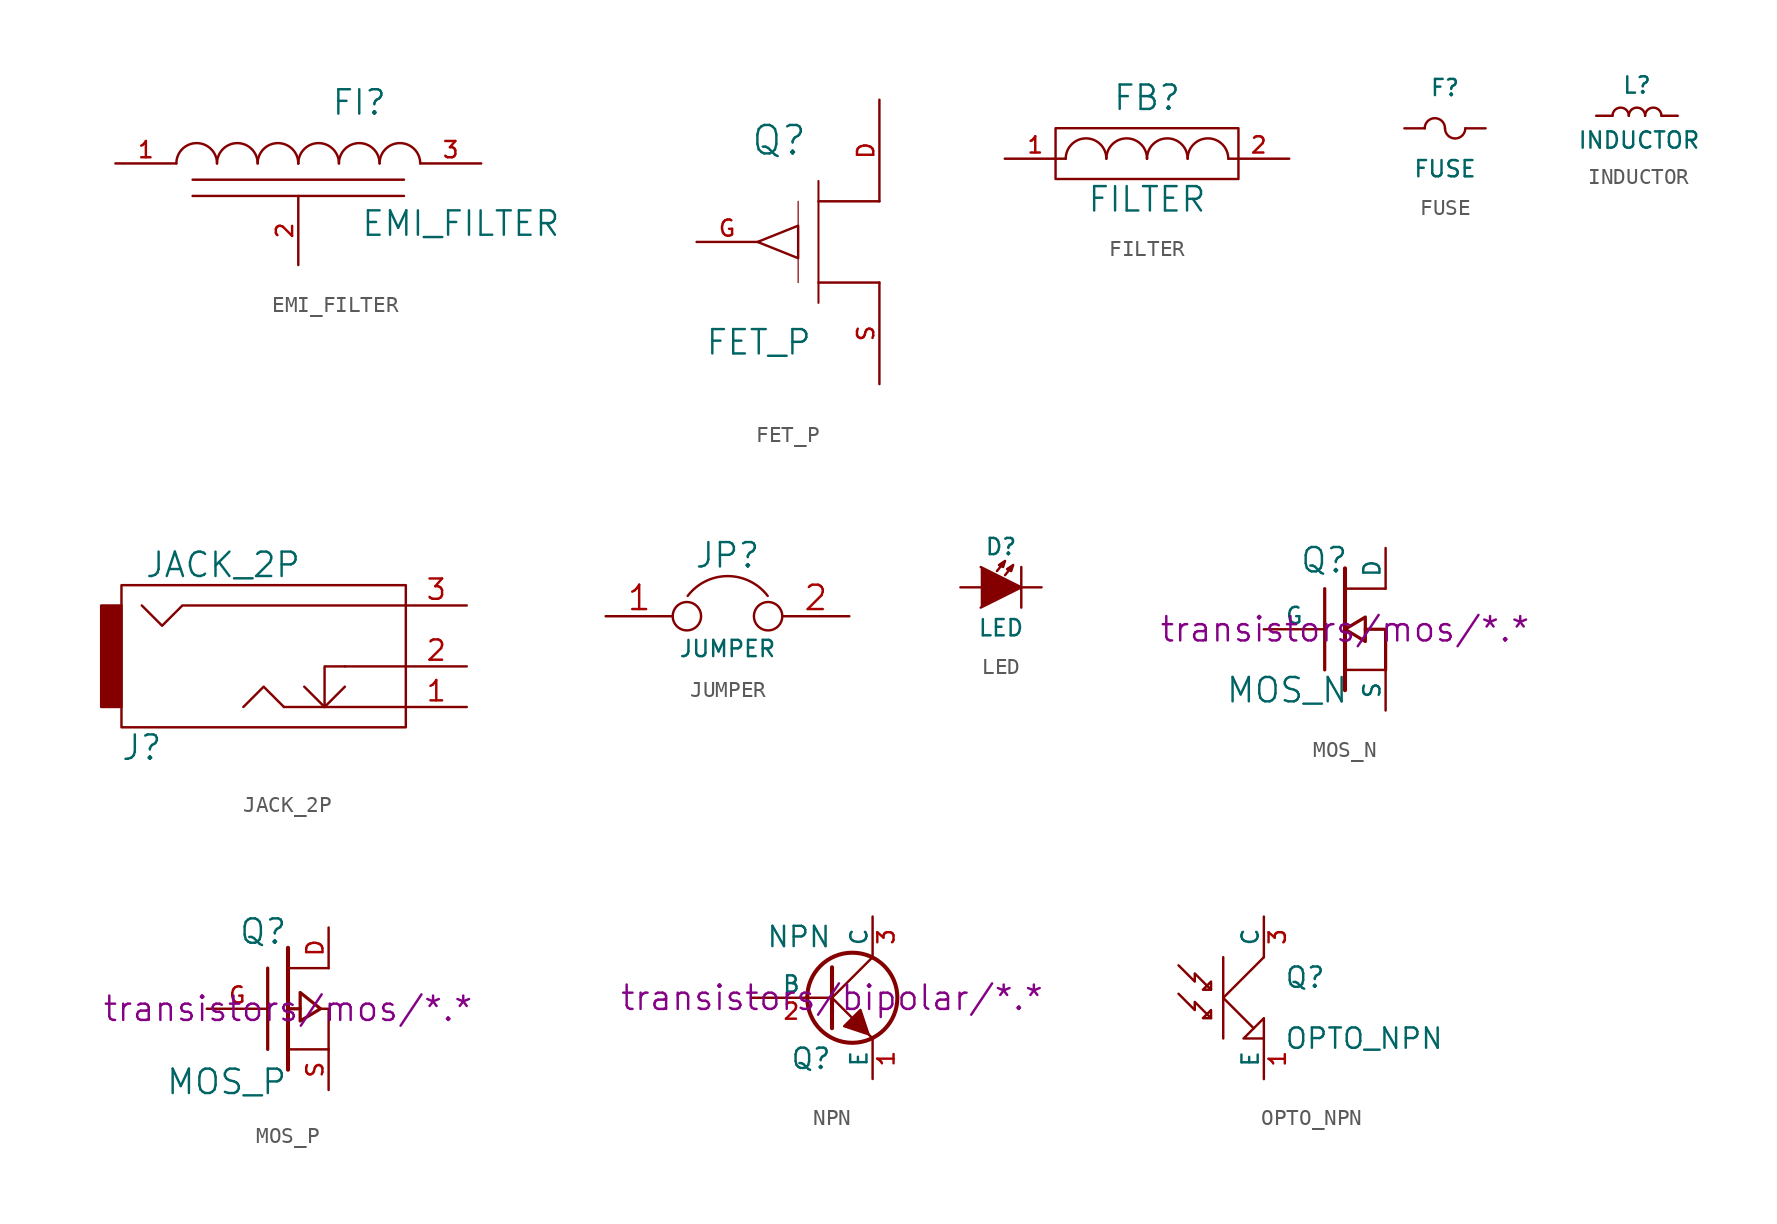
<source format=kicad_sym>
(kicad_symbol_lib
  (version 20231120)
  (generator "kicad_symbol_editor")
  (generator_version "8.0")
  (symbol "EMI_FILTER"
    (pin_names
      (offset 1.016) hide)
    (property "Reference" "FI"
      (at 3.81 3.81 0)
      (effects (font (size 1.524 1.524))))
    (property "Value" "EMI_FILTER"
      (at 10.16 -3.759 0)
      (effects (font (size 1.524 1.524))))
    (property "Footprint" ""
      (at 0 0 0)
      (effects (font (size 1.524 1.524))))
    (property "Datasheet" ""
      (at 0 0 0)
      (effects (font (size 1.524 1.524))))
    (symbol "EMI_FILTER_0_1"
      (arc (start -5.08 0) (mid -6.35 1.27) (end -7.62 0) (stroke (width 0) (type solid)) (fill (type none)))
      (arc (start -2.54 0) (mid -3.81 1.27) (end -5.08 0) (stroke (width 0) (type solid)) (fill (type none)))
      (arc (start 0 0) (mid -1.27 1.27) (end -2.54 0) (stroke (width 0) (type solid)) (fill (type none)))
      (arc (start 0 0) (mid 0 0) (end 0 0) (stroke (width 0) (type solid)) (fill (type none)))
      (polyline (pts (xy -6.604 -2.032) (xy 6.604 -2.032) (xy 6.604 -2.032)) (stroke (width 0) (type solid)) (fill (type none)))
      (polyline (pts (xy -6.604 -1.016) (xy 6.604 -1.016) (xy 6.604 -1.016) (xy 6.604 -1.016) (xy 6.604 -1.016)) (stroke (width 0) (type solid)) (fill (type none)))
      (arc (start 2.54 0) (mid 1.27 1.27) (end 0 0) (stroke (width 0) (type solid)) (fill (type none)))
      (arc (start 5.08 0) (mid 3.81 1.27) (end 2.54 0) (stroke (width 0) (type solid)) (fill (type none)))
      (arc (start 7.62 0) (mid 6.35 1.27) (end 5.08 0) (stroke (width 0) (type solid)) (fill (type none))))
    (symbol "EMI_FILTER_1_1"
      (pin passive line (at -11.43 0 0) (length 3.81) (name "VI" (effects (font (size 1.016 1.016)))) (number "1" (effects (font (size 1.016 1.016)))))
      (pin passive line (at 0 -6.35 90) (length 4.318) (name "GND" (effects (font (size 1.016 1.016)))) (number "2" (effects (font (size 1.016 1.016)))))
      (pin passive line (at 11.43 0 180) (length 3.81) (name "VO" (effects (font (size 1.016 1.016)))) (number "3" (effects (font (size 1.016 1.016)))))))
  (symbol "FET_P"
    (pin_names
      (offset 1.016) hide)
    (property "Reference" "Q"
      (at -2.464 6.35 0)
      (effects (font (size 1.778 1.778))))
    (property "Value" "FET_P"
      (at -3.734 -6.274 0)
      (effects (font (size 1.524 1.524))))
    (property "Footprint" ""
      (at 0 0 0)
      (effects (font (size 1.524 1.524))))
    (property "Datasheet" ""
      (at 0 0 0)
      (effects (font (size 1.524 1.524))))
    (symbol "FET_P_0_1"
      (polyline (pts (xy 0 -3.81) (xy 0 3.81)) (stroke (width 0.127) (type solid)) (fill (type none)))
      (polyline (pts (xy 0 -2.54) (xy 3.81 -2.54)) (stroke (width 0) (type solid)) (fill (type none)))
      (polyline (pts (xy 0 2.54) (xy 3.81 2.54)) (stroke (width 0) (type solid)) (fill (type none)))
      (polyline (pts (xy -1.27 2.54) (xy -1.27 -2.54) (xy -1.27 -2.54)) (stroke (width 0.076) (type solid)) (fill (type none)))
      (polyline (pts (xy -1.27 -1.016) (xy -3.81 0) (xy -1.27 1.016) (xy -1.27 -1.016) (xy -1.27 -1.016)) (stroke (width 0) (type solid)) (fill (type none))))
    (symbol "FET_P_1_1"
      (pin passive line (at 3.81 8.89 270) (length 6.35) (name "D" (effects (font (size 1.016 1.016)))) (number "D" (effects (font (size 1.016 1.016)))))
      (pin input line (at -7.62 0 0) (length 3.81) (name "G" (effects (font (size 1.016 1.016)))) (number "G" (effects (font (size 1.016 1.016)))))
      (pin passive line (at 3.81 -8.89 90) (length 6.35) (name "S" (effects (font (size 1.016 1.016)))) (number "S" (effects (font (size 1.016 1.016)))))))
  (symbol "FILTER"
    (pin_names
      (offset 1.016) hide)
    (property "Reference" "FB"
      (at 0 3.81 0)
      (effects (font (size 1.524 1.524))))
    (property "Value" "FILTER"
      (at 0 -2.54 0)
      (effects (font (size 1.524 1.524))))
    (property "Footprint" ""
      (at 0 0 0)
      (effects (font (size 1.524 1.524))))
    (property "Datasheet" ""
      (at 0 0 0)
      (effects (font (size 1.524 1.524))))
    (symbol "FILTER_0_1"
      (rectangle (start -5.715 1.905) (end 5.715 -1.27) (stroke (width 0) (type solid)) (fill (type none)))
      (arc (start -2.54 0) (mid -3.81 1.27) (end -5.08 0) (stroke (width 0) (type solid)) (fill (type none)))
      (arc (start 0 0) (mid -1.27 1.27) (end -2.54 0) (stroke (width 0) (type solid)) (fill (type none)))
      (arc (start 0 0) (mid 0 0) (end 0 0) (stroke (width 0) (type solid)) (fill (type none)))
      (arc (start 2.54 0) (mid 1.27 1.27) (end 0 0) (stroke (width 0) (type solid)) (fill (type none)))
      (arc (start 5.08 0) (mid 3.81 1.27) (end 2.54 0) (stroke (width 0) (type solid)) (fill (type none))))
    (symbol "FILTER_1_1"
      (pin passive line (at -8.89 0 0) (length 3.81) (name "1" (effects (font (size 1.016 1.016)))) (number "1" (effects (font (size 1.016 1.016)))))
      (pin passive line (at 8.89 0 180) (length 3.81) (name "2" (effects (font (size 1.016 1.016)))) (number "2" (effects (font (size 1.016 1.016)))))))
  (symbol "FUSE"
    (pin_numbers hide)
    (pin_names
      (offset 0.254))
    (property "Reference" "F"
      (at 0 2.54 0)
      (effects (font (size 1.016 1.016))))
    (property "Value" "FUSE"
      (at 0 -2.54 0)
      (effects (font (size 1.016 1.016))))
    (property "Footprint" ""
      (at 0 0 0)
      (effects (font (size 1.524 1.524))))
    (property "Datasheet" ""
      (at 0 0 0)
      (effects (font (size 1.524 1.524))))
    (symbol "FUSE_0_1"
      (arc (start 0 0) (mid -0.635 0.635) (end -1.27 0) (stroke (width 0) (type solid)) (fill (type none)))
      (arc (start 0 0) (mid 0.635 -0.635) (end 1.27 0) (stroke (width 0) (type solid)) (fill (type none))))
    (symbol "FUSE_1_1"
      (pin input line (at -2.54 0 0) (length 1.27) (name "~" (effects (font (size 1.016 1.016)))) (number "1" (effects (font (size 1.016 1.016)))))
      (pin input line (at 2.54 0 180) (length 1.27) (name "~" (effects (font (size 1.016 1.016)))) (number "2" (effects (font (size 1.016 1.016)))))))
  (symbol "INDUCTOR"
    (pin_numbers hide)
    (pin_names
      (offset 1.016) hide)
    (property "Reference" "L"
      (at 0 1.905 0)
      (effects (font (size 1.016 1.016))))
    (property "Value" "INDUCTOR"
      (at 0.127 -1.524 0)
      (effects (font (size 1.016 1.016))))
    (property "Footprint" ""
      (at 0 0 0)
      (effects (font (size 1.524 1.524))))
    (property "Datasheet" ""
      (at 0 0 0)
      (effects (font (size 1.524 1.524))))
    (symbol "INDUCTOR_0_1"
      (arc (start -0.508 0) (mid -1.016 0.508) (end -1.524 0) (stroke (width 0) (type solid)) (fill (type none)))
      (arc (start 0.508 0) (mid 0 0.508) (end -0.508 0) (stroke (width 0) (type solid)) (fill (type none)))
      (arc (start 1.524 0) (mid 1.016 0.508) (end 0.508 0) (stroke (width 0) (type solid)) (fill (type none))))
    (symbol "INDUCTOR_1_1"
      (pin passive line (at -2.54 0 0) (length 1.016) (name "1" (effects (font (size 1.778 1.778)))) (number "1" (effects (font (size 1.778 1.778)))))
      (pin passive line (at 2.54 0 180) (length 1.016) (name "2" (effects (font (size 1.778 1.778)))) (number "2" (effects (font (size 1.778 1.778)))))))
  (symbol "JACK_2P"
    (pin_names
      (offset 1.016))
    (property "Reference" "J"
      (at -8.89 -5.08 0)
      (effects (font (size 1.524 1.524))))
    (property "Value" "JACK_2P"
      (at -3.81 6.35 0)
      (effects (font (size 1.524 1.524))))
    (property "Footprint" ""
      (at 0 0 0)
      (effects (font (size 1.524 1.524))))
    (property "Datasheet" ""
      (at 0 0 0)
      (effects (font (size 1.524 1.524))))
    (symbol "JACK_2P_0_1"
      (rectangle (start -11.43 3.81) (end -10.16 -2.54) (stroke (width 0) (type solid)) (fill (type outline)))
      (polyline (pts (xy 3.81 0) (xy 7.62 0) (xy 7.62 0)) (stroke (width 0) (type solid)) (fill (type none)))
      (polyline (pts (xy 0 -2.54) (xy -1.27 -1.27) (xy -2.54 -2.54) (xy -2.54 -2.54)) (stroke (width 0) (type solid)) (fill (type none)))
      (polyline (pts (xy 0 -2.54) (xy 7.62 -2.54) (xy 7.62 -2.54) (xy 7.62 -2.54)) (stroke (width 0) (type solid)) (fill (type none)))
      (polyline (pts (xy 1.27 -1.27) (xy 2.54 -2.54) (xy 3.81 -1.27) (xy 3.81 -1.27)) (stroke (width 0) (type solid)) (fill (type none)))
      (polyline (pts (xy 3.81 0) (xy 2.54 0) (xy 2.54 -2.54) (xy 2.54 -2.54)) (stroke (width 0) (type solid)) (fill (type none)))
      (polyline (pts (xy 7.62 3.81) (xy -6.35 3.81) (xy -7.62 2.54) (xy -8.89 3.81) (xy -8.89 3.81)) (stroke (width 0) (type solid)) (fill (type none)))
      (rectangle (start 7.62 -3.81) (end -10.16 5.08) (stroke (width 0) (type solid)) (fill (type none))))
    (symbol "JACK_2P_1_1"
      (pin passive line (at 11.43 -2.54 180) (length 3.81) (name "~" (effects (font (size 1.27 1.27)))) (number "1" (effects (font (size 1.27 1.27)))))
      (pin passive line (at 11.43 0 180) (length 3.81) (name "~" (effects (font (size 1.27 1.27)))) (number "2" (effects (font (size 1.27 1.27)))))
      (pin passive line (at 11.43 3.81 180) (length 3.81) (name "~" (effects (font (size 1.27 1.27)))) (number "3" (effects (font (size 1.27 1.27)))))))
  (symbol "JUMPER"
    (pin_names
      (offset 0.762) hide)
    (property "Reference" "JP"
      (at 0 3.81 0)
      (effects (font (size 1.524 1.524))))
    (property "Value" "JUMPER"
      (at 0 -2.032 0)
      (effects (font (size 1.016 1.016))))
    (property "Footprint" ""
      (at 0 0 0)
      (effects (font (size 1.524 1.524))))
    (property "Datasheet" ""
      (at 0 0 0)
      (effects (font (size 1.524 1.524))))
    (symbol "JUMPER_0_1"
      (circle (center -2.54 0) (radius 0.889) (stroke (width 0) (type solid)) (fill (type none)))
      (arc (start 2.5146 1.27) (mid 0.0078 2.5097) (end -2.4892 1.27) (stroke (width 0) (type solid)) (fill (type none)))
      (circle (center 2.54 0) (radius 0.889) (stroke (width 0) (type solid)) (fill (type none)))
      (pin passive line (at -7.62 0 0) (length 4.191) (name "1" (effects (font (size 1.524 1.524)))) (number "1" (effects (font (size 1.524 1.524)))))
      (pin passive line (at 7.62 0 180) (length 4.191) (name "2" (effects (font (size 1.524 1.524)))) (number "2" (effects (font (size 1.524 1.524)))))))
  (symbol "LED"
    (pin_numbers hide)
    (pin_names
      (offset 1.016) hide)
    (property "Reference" "D"
      (at 0 2.54 0)
      (effects (font (size 1.016 1.016))))
    (property "Value" "LED"
      (at 0 -2.54 0)
      (effects (font (size 1.016 1.016))))
    (property "Footprint" ""
      (at 0 0 0)
      (effects (font (size 1.524 1.524))))
    (property "Datasheet" ""
      (at 0 0 0)
      (effects (font (size 1.524 1.524))))
    (symbol "LED_0_1"
      (polyline (pts (xy 1.27 1.27) (xy 1.27 -1.27)) (stroke (width 0) (type solid)) (fill (type none)))
      (polyline (pts (xy -1.27 1.27) (xy 1.27 0) (xy -1.27 -1.27)) (stroke (width 0) (type solid)) (fill (type outline)))
      (polyline (pts (xy -0.254 1.016) (xy 0.254 1.651) (xy 0.127 1.27) (xy -0.127 1.397) (xy 0.254 1.651)) (stroke (width 0) (type solid)) (fill (type none)))
      (polyline (pts (xy 0.254 0.762) (xy 0.762 1.397) (xy 0.381 1.143) (xy 0.635 1.016) (xy 0.762 1.397)) (stroke (width 0) (type solid)) (fill (type none))))
    (symbol "LED_1_1"
      (pin passive line (at -2.54 0 0) (length 1.27) (name "A" (effects (font (size 1.016 1.016)))) (number "1" (effects (font (size 1.016 1.016)))))
      (pin passive line (at 2.54 0 180) (length 1.27) (name "K" (effects (font (size 1.016 1.016)))) (number "2" (effects (font (size 1.016 1.016)))))))
  (symbol "MOS_N"
    (pin_numbers hide)
    (pin_names
      (offset 0))
    (property "Reference" "Q"
      (at 0.254 4.318 0)
      (effects (font (size 1.524 1.524)) (justify right)))
    (property "Value" "MOS_N"
      (at 0.254 -3.81 0)
      (effects (font (size 1.524 1.524)) (justify right)))
    (property "Footprint" ""
      (at 0 0 0)
      (effects (font (size 1.524 1.524))))
    (property "Datasheet" "transistors/mos/*.*"
      (at 0 0 0)
      (effects (font (size 1.524 1.524))))
    (symbol "MOS_N_0_1"
      (polyline (pts (xy -1.27 -2.54) (xy -1.27 2.54)) (stroke (width 0.203) (type solid)) (fill (type none)))
      (polyline (pts (xy 0 -3.81) (xy 0 3.81)) (stroke (width 0.254) (type solid)) (fill (type none)))
      (polyline (pts (xy 2.54 -2.54) (xy 0 -2.54)) (stroke (width 0) (type solid)) (fill (type none)))
      (polyline (pts (xy 2.54 2.54) (xy 0 2.54)) (stroke (width 0) (type solid)) (fill (type none)))
      (polyline (pts (xy 2.54 -2.54) (xy 2.54 0) (xy 1.27 0)) (stroke (width 0.203) (type solid)) (fill (type none)))
      (polyline (pts (xy 1.27 0.762) (xy 1.27 -0.762) (xy 0 0) (xy 1.27 0.762) (xy 1.27 0.762)) (stroke (width 0.203) (type solid)) (fill (type none))))
    (symbol "MOS_N_1_1"
      (pin passive line (at 2.54 5.08 270) (length 2.54) (name "D" (effects (font (size 1.016 1.016)))) (number "D" (effects (font (size 1.016 1.016)))))
      (pin input line (at -5.08 0 0) (length 3.81) (name "G" (effects (font (size 1.016 1.016)))) (number "G" (effects (font (size 1.016 1.016)))))
      (pin passive line (at 2.54 -5.08 90) (length 2.54) (name "S" (effects (font (size 1.016 1.016)))) (number "S" (effects (font (size 1.016 1.016)))))))
  (symbol "MOS_P"
    (pin_names
      (offset 1.016) hide)
    (property "Reference" "Q"
      (at 0 4.826 0)
      (effects (font (size 1.524 1.524)) (justify right)))
    (property "Value" "MOS_P"
      (at 0 -4.572 0)
      (effects (font (size 1.524 1.524)) (justify right)))
    (property "Footprint" ""
      (at 0 0 0)
      (effects (font (size 1.524 1.524))))
    (property "Datasheet" "transistors/mos/*.*"
      (at 0 0 0)
      (effects (font (size 1.524 1.524))))
    (symbol "MOS_P_0_1"
      (polyline (pts (xy -1.27 -2.54) (xy -1.27 2.54)) (stroke (width 0.203) (type solid)) (fill (type none)))
      (polyline (pts (xy 0 -3.81) (xy 0 3.81)) (stroke (width 0.254) (type solid)) (fill (type none)))
      (polyline (pts (xy 0.762 0) (xy 0 0)) (stroke (width 0.203) (type solid)) (fill (type none)))
      (polyline (pts (xy 2.54 -2.54) (xy 0 -2.54)) (stroke (width 0) (type solid)) (fill (type none)))
      (polyline (pts (xy 2.54 2.54) (xy 0 2.54)) (stroke (width 0) (type solid)) (fill (type none)))
      (polyline (pts (xy 2.032 0) (xy 2.54 0) (xy 2.54 -2.54)) (stroke (width 0) (type solid)) (fill (type none)))
      (polyline (pts (xy 0.762 1.016) (xy 0.762 -0.762) (xy 2.032 0) (xy 0.762 1.016) (xy 0.762 1.016)) (stroke (width 0.203) (type solid)) (fill (type none))))
    (symbol "MOS_P_1_1"
      (pin passive line (at 2.54 5.08 270) (length 2.54) (name "D" (effects (font (size 1.016 1.016)))) (number "D" (effects (font (size 1.016 1.016)))))
      (pin input line (at -5.08 0 0) (length 3.81) (name "G" (effects (font (size 1.016 1.016)))) (number "G" (effects (font (size 1.016 1.016)))))
      (pin passive line (at 2.54 -5.08 90) (length 2.54) (name "S" (effects (font (size 1.016 1.016)))) (number "S" (effects (font (size 1.016 1.016)))))))
  (symbol "NPN"
    (pin_names
      (offset 0))
    (property "Reference" "Q"
      (at 0 -3.81 0)
      (effects (font (size 1.27 1.27)) (justify right)))
    (property "Value" "NPN"
      (at 0 3.81 0)
      (effects (font (size 1.27 1.27)) (justify right)))
    (property "Footprint" ""
      (at 0 0 0)
      (effects (font (size 1.524 1.524))))
    (property "Datasheet" "transistors/bipolar/*.*"
      (at 0 0 0)
      (effects (font (size 1.524 1.524))))
    (symbol "NPN_0_1"
      (polyline (pts (xy 0 0) (xy 2.54 2.54)) (stroke (width 0) (type solid)) (fill (type none)))
      (polyline (pts (xy 0 1.905) (xy 0 -1.905) (xy 0 -1.905)) (stroke (width 0.254) (type solid)) (fill (type none)))
      (polyline (pts (xy 1.27 -1.27) (xy 0 0) (xy 0 0)) (stroke (width 0) (type solid)) (fill (type none)))
      (polyline (pts (xy 2.286 -2.286) (xy 2.54 -2.54) (xy 2.54 -2.54)) (stroke (width 0) (type solid)) (fill (type none)))
      (polyline (pts (xy 2.286 -2.286) (xy 1.778 -0.762) (xy 0.762 -1.778) (xy 2.286 -2.286) (xy 2.286 -2.286)) (stroke (width 0) (type solid)) (fill (type outline)))
      (circle (center 1.27 0) (radius 2.819) (stroke (width 0.254) (type solid)) (fill (type none))))
    (symbol "NPN_1_1"
      (pin passive line (at 2.54 -5.08 90) (length 2.54) (name "E" (effects (font (size 1.016 1.016)))) (number "1" (effects (font (size 1.016 1.016)))))
      (pin input line (at -5.08 0 0) (length 5.08) (name "B" (effects (font (size 1.016 1.016)))) (number "2" (effects (font (size 1.016 1.016)))))
      (pin passive line (at 2.54 5.08 270) (length 2.54) (name "C" (effects (font (size 1.016 1.016)))) (number "3" (effects (font (size 1.016 1.016)))))))
  (symbol "OPTO_NPN"
    (pin_names
      (offset 0))
    (property "Reference" "Q"
      (at 3.81 1.27 0)
      (effects (font (size 1.27 1.27)) (justify left)))
    (property "Value" "OPTO_NPN"
      (at 3.81 -2.54 0)
      (effects (font (size 1.27 1.27)) (justify left)))
    (property "Footprint" ""
      (at 0 0 0)
      (effects (font (size 1.524 1.524))))
    (property "Datasheet" ""
      (at 0 0 0)
      (effects (font (size 1.524 1.524))))
    (symbol "OPTO_NPN_0_1"
      (polyline (pts (xy 0 0) (xy 1.905 -1.905)) (stroke (width 0) (type solid)) (fill (type none)))
      (polyline (pts (xy 0 0) (xy 2.54 2.54)) (stroke (width 0) (type solid)) (fill (type none)))
      (polyline (pts (xy 0 2.54) (xy 0 -2.54)) (stroke (width 0) (type solid)) (fill (type none)))
      (polyline (pts (xy -0.762 -1.27) (xy -0.762 -0.762) (xy -1.27 -1.27) (xy -0.762 -1.27) (xy -0.762 -1.27)) (stroke (width 0) (type solid)) (fill (type none)))
      (polyline (pts (xy 1.27 -2.54) (xy 2.54 -2.54) (xy 2.54 -1.27) (xy 1.27 -2.54) (xy 1.27 -2.54)) (stroke (width 0) (type solid)) (fill (type none)))
      (polyline (pts (xy -2.794 0.254) (xy -1.778 -0.762) (xy -1.778 -0.254) (xy -0.762 -1.27) (xy -0.762 -1.27) (xy -0.762 -1.27)) (stroke (width 0) (type solid)) (fill (type none)))
      (polyline (pts (xy -2.794 2.032) (xy -1.778 1.016) (xy -1.778 1.524) (xy -0.762 0.508) (xy -0.762 0.508) (xy -0.762 0.508)) (stroke (width 0) (type solid)) (fill (type none)))
      (polyline (pts (xy -0.762 0.508) (xy -0.762 1.016) (xy -1.27 0.508) (xy -0.762 0.508) (xy -0.762 0.508) (xy -0.762 0.508)) (stroke (width 0) (type solid)) (fill (type none))))
    (symbol "OPTO_NPN_1_1"
      (pin passive line (at 2.54 -5.08 90) (length 2.54) (name "E" (effects (font (size 1.016 1.016)))) (number "1" (effects (font (size 1.016 1.016)))))
      (pin passive line (at 2.54 5.08 270) (length 2.54) (name "C" (effects (font (size 1.016 1.016)))) (number "3" (effects (font (size 1.016 1.016))))))))
</source>
